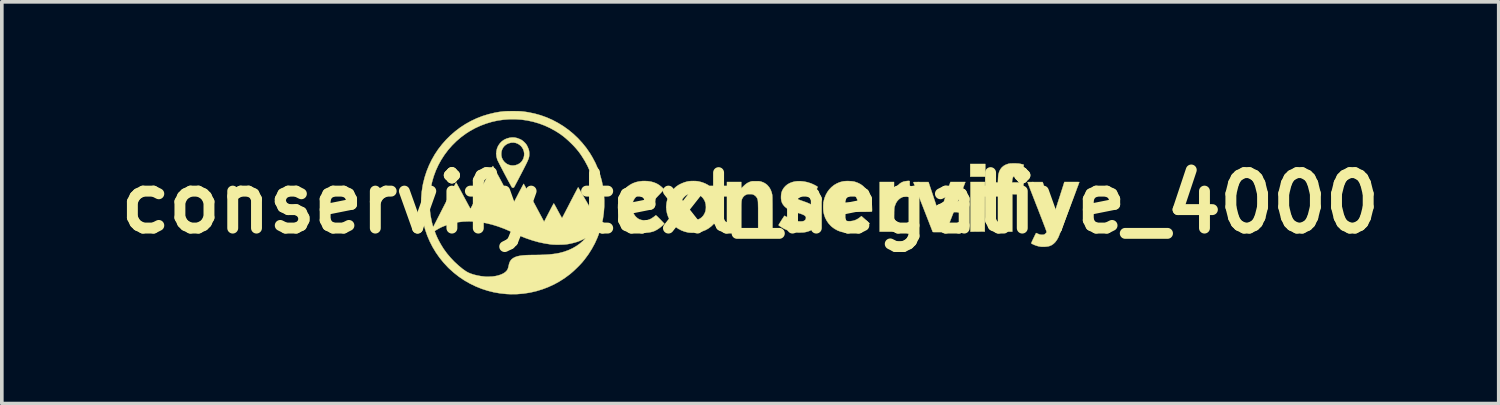
<source format=kicad_pcb>
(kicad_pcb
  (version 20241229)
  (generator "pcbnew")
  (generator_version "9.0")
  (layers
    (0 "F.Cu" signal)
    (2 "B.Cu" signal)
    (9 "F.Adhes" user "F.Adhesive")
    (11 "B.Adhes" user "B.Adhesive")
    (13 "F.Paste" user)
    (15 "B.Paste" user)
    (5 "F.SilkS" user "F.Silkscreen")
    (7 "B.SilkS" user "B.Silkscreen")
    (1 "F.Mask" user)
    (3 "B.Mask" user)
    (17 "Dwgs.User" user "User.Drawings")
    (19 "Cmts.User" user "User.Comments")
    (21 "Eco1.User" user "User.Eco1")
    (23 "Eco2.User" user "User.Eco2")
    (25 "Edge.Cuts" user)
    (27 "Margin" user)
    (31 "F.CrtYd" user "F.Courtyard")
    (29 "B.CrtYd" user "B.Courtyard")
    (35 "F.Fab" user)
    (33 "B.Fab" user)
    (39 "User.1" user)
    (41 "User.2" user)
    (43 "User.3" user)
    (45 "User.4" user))
  (footprint "conservify_text_negative_4000"
    (layer "F.Cu")
    (at 17.57 2.529)
    (property "Reference" "conservify_text_negative_4000" (at 0 0 0) (layer "F.SilkS") (effects (font (size 1.524 1.524) (thickness 0.3))))
    (attr through_hole)
    (fp_poly (pts (xy 6.458 -0.724) (xy 6.045 -0.724) (xy 6.045 -1.073) (xy 6.458 -1.073) (xy 6.458 -0.724)) (stroke (width 0.01) (type solid)) (fill yes) (layer "F.SilkS"))
    (fp_poly (pts (xy 6.447 0.103) (xy 6.445 0.784) (xy 6.248 0.786) (xy 6.052 0.788) (xy 6.052 -0.578) (xy 6.25 -0.578) (xy 6.448 -0.578) (xy 6.447 0.103)) (stroke (width 0.01) (type solid)) (fill yes) (layer "F.SilkS"))
    (fp_poly (pts (xy 4.365 -0.606) (xy 4.381 -0.602) (xy 4.381 -0.199) (xy 4.328 -0.194) (xy 4.252 -0.183) (xy 4.184 -0.163) (xy 4.125 -0.133) (xy 4.075 -0.093) (xy 4.032 -0.044) (xy 3.998 0.015) (xy 3.972 0.084) (xy 3.967 0.098) (xy 3.964 0.11) (xy 3.962 0.122) (xy 3.959 0.135) (xy 3.958 0.15) (xy 3.956 0.168) (xy 3.955 0.191) (xy 3.954 0.219) (xy 3.953 0.255) (xy 3.953 0.299) (xy 3.952 0.352) (xy 3.952 0.416) (xy 3.951 0.468) (xy 3.949 0.787) (xy 3.556 0.787) (xy 3.556 -0.578) (xy 3.95 -0.578) (xy 3.95 -0.452) (xy 3.95 -0.327) (xy 3.971 -0.366) (xy 4.008 -0.426) (xy 4.051 -0.479) (xy 4.097 -0.524) (xy 4.146 -0.559) (xy 4.196 -0.582) (xy 4.209 -0.587) (xy 4.236 -0.593) (xy 4.267 -0.599) (xy 4.299 -0.603) (xy 4.329 -0.606) (xy 4.352 -0.607) (xy 4.365 -0.606)) (stroke (width 0.01) (type solid)) (fill yes) (layer "F.SilkS"))
    (fp_poly (pts (xy 7.252 -1.088) (xy 7.301 -1.088) (xy 7.341 -1.086) (xy 7.375 -1.084) (xy 7.407 -1.079) (xy 7.439 -1.072) (xy 7.476 -1.063) (xy 7.485 -1.061) (xy 7.512 -1.054) (xy 7.512 -0.888) (xy 7.512 -0.838) (xy 7.512 -0.799) (xy 7.511 -0.77) (xy 7.511 -0.75) (xy 7.509 -0.737) (xy 7.508 -0.73) (xy 7.505 -0.727) (xy 7.502 -0.727) (xy 7.501 -0.727) (xy 7.468 -0.738) (xy 7.427 -0.747) (xy 7.385 -0.754) (xy 7.346 -0.757) (xy 7.3 -0.754) (xy 7.263 -0.744) (xy 7.235 -0.726) (xy 7.215 -0.699) (xy 7.203 -0.661) (xy 7.197 -0.617) (xy 7.193 -0.565) (xy 7.35 -0.564) (xy 7.506 -0.562) (xy 7.506 -0.244) (xy 7.201 -0.241) (xy 7.201 0.787) (xy 6.807 0.787) (xy 6.807 -0.241) (xy 6.648 -0.241) (xy 6.648 -0.565) (xy 6.805 -0.565) (xy 6.809 -0.659) (xy 6.811 -0.7) (xy 6.814 -0.74) (xy 6.818 -0.774) (xy 6.823 -0.8) (xy 6.844 -0.868) (xy 6.874 -0.927) (xy 6.913 -0.977) (xy 6.961 -1.018) (xy 7.019 -1.051) (xy 7.086 -1.075) (xy 7.086 -1.075) (xy 7.105 -1.08) (xy 7.125 -1.083) (xy 7.146 -1.086) (xy 7.173 -1.087) (xy 7.207 -1.088) (xy 7.251 -1.088) (xy 7.252 -1.088)) (stroke (width 0.01) (type solid)) (fill yes) (layer "F.SilkS"))
    (fp_poly (pts (xy 5.897 -0.541) (xy 5.893 -0.531) (xy 5.885 -0.509) (xy 5.872 -0.477) (xy 5.856 -0.435) (xy 5.837 -0.386) (xy 5.814 -0.328) (xy 5.789 -0.263) (xy 5.761 -0.192) (xy 5.732 -0.116) (xy 5.7 -0.036) (xy 5.667 0.049) (xy 5.633 0.136) (xy 5.629 0.146) (xy 5.375 0.797) (xy 5.196 0.799) (xy 5.143 0.799) (xy 5.102 0.799) (xy 5.07 0.799) (xy 5.047 0.799) (xy 5.032 0.798) (xy 5.022 0.796) (xy 5.016 0.794) (xy 5.013 0.791) (xy 5.012 0.789) (xy 5.009 0.782) (xy 5.002 0.763) (xy 4.991 0.735) (xy 4.976 0.697) (xy 4.958 0.65) (xy 4.936 0.595) (xy 4.912 0.532) (xy 4.885 0.463) (xy 4.856 0.389) (xy 4.825 0.309) (xy 4.792 0.225) (xy 4.758 0.138) (xy 4.746 0.106) (xy 4.711 0.018) (xy 4.678 -0.067) (xy 4.646 -0.148) (xy 4.617 -0.224) (xy 4.589 -0.295) (xy 4.565 -0.359) (xy 4.542 -0.417) (xy 4.523 -0.466) (xy 4.508 -0.507) (xy 4.495 -0.539) (xy 4.487 -0.56) (xy 4.483 -0.571) (xy 4.483 -0.572) (xy 4.489 -0.574) (xy 4.507 -0.575) (xy 4.536 -0.576) (xy 4.574 -0.576) (xy 4.62 -0.577) (xy 4.675 -0.576) (xy 4.691 -0.576) (xy 4.898 -0.575) (xy 5.047 -0.128) (xy 5.074 -0.047) (xy 5.099 0.028) (xy 5.122 0.095) (xy 5.143 0.154) (xy 5.16 0.205) (xy 5.175 0.247) (xy 5.187 0.278) (xy 5.195 0.3) (xy 5.2 0.31) (xy 5.201 0.31) (xy 5.203 0.303) (xy 5.21 0.285) (xy 5.22 0.256) (xy 5.233 0.219) (xy 5.248 0.173) (xy 5.266 0.12) (xy 5.286 0.061) (xy 5.308 -0.004) (xy 5.331 -0.073) (xy 5.353 -0.138) (xy 5.501 -0.578) (xy 5.911 -0.578) (xy 5.897 -0.541)) (stroke (width 0.01) (type solid)) (fill yes) (layer "F.SilkS"))
    (fp_poly (pts (xy 0.191 -0.6) (xy 0.222 -0.599) (xy 0.247 -0.598) (xy 0.266 -0.595) (xy 0.285 -0.591) (xy 0.304 -0.585) (xy 0.305 -0.585) (xy 0.362 -0.564) (xy 0.41 -0.537) (xy 0.455 -0.504) (xy 0.474 -0.486) (xy 0.521 -0.43) (xy 0.558 -0.367) (xy 0.586 -0.295) (xy 0.603 -0.221) (xy 0.604 -0.207) (xy 0.605 -0.18) (xy 0.607 -0.142) (xy 0.607 -0.092) (xy 0.608 -0.033) (xy 0.609 0.037) (xy 0.609 0.116) (xy 0.61 0.203) (xy 0.61 0.299) (xy 0.61 0.302) (xy 0.61 0.784) (xy 0.413 0.786) (xy 0.216 0.788) (xy 0.216 0.373) (xy 0.216 0.286) (xy 0.216 0.211) (xy 0.216 0.147) (xy 0.215 0.093) (xy 0.214 0.047) (xy 0.213 0.009) (xy 0.212 -0.022) (xy 0.21 -0.048) (xy 0.208 -0.068) (xy 0.205 -0.085) (xy 0.201 -0.1) (xy 0.197 -0.112) (xy 0.192 -0.124) (xy 0.186 -0.136) (xy 0.184 -0.14) (xy 0.159 -0.176) (xy 0.125 -0.207) (xy 0.089 -0.228) (xy 0.071 -0.236) (xy 0.055 -0.24) (xy 0.036 -0.243) (xy 0.01 -0.244) (xy -0.013 -0.244) (xy -0.045 -0.244) (xy -0.068 -0.243) (xy -0.086 -0.239) (xy -0.102 -0.233) (xy -0.115 -0.228) (xy -0.158 -0.203) (xy -0.19 -0.172) (xy -0.211 -0.141) (xy -0.218 -0.128) (xy -0.224 -0.116) (xy -0.229 -0.104) (xy -0.234 -0.09) (xy -0.237 -0.074) (xy -0.24 -0.055) (xy -0.243 -0.032) (xy -0.244 -0.004) (xy -0.246 0.031) (xy -0.247 0.072) (xy -0.247 0.122) (xy -0.247 0.181) (xy -0.248 0.251) (xy -0.248 0.331) (xy -0.248 0.376) (xy -0.248 0.787) (xy -0.641 0.787) (xy -0.641 -0.578) (xy -0.248 -0.578) (xy -0.248 -0.491) (xy -0.248 -0.403) (xy -0.185 -0.464) (xy -0.145 -0.501) (xy -0.109 -0.53) (xy -0.074 -0.552) (xy -0.036 -0.571) (xy -0.005 -0.583) (xy 0.013 -0.589) (xy 0.029 -0.594) (xy 0.045 -0.597) (xy 0.065 -0.599) (xy 0.09 -0.6) (xy 0.124 -0.6) (xy 0.149 -0.6) (xy 0.191 -0.6)) (stroke (width 0.01) (type solid)) (fill yes) (layer "F.SilkS"))
    (fp_poly (pts (xy -2.816 -0.6) (xy -2.729 -0.587) (xy -2.649 -0.565) (xy -2.575 -0.535) (xy -2.506 -0.494) (xy -2.441 -0.443) (xy -2.408 -0.412) (xy -2.367 -0.373) (xy -2.405 -0.334) (xy -2.421 -0.317) (xy -2.445 -0.292) (xy -2.472 -0.263) (xy -2.501 -0.232) (xy -2.527 -0.205) (xy -2.611 -0.115) (xy -2.655 -0.154) (xy -2.703 -0.195) (xy -2.75 -0.225) (xy -2.797 -0.246) (xy -2.846 -0.259) (xy -2.889 -0.264) (xy -2.953 -0.264) (xy -3.013 -0.251) (xy -3.068 -0.227) (xy -3.119 -0.191) (xy -3.145 -0.166) (xy -3.186 -0.114) (xy -3.217 -0.057) (xy -3.236 0.006) (xy -3.246 0.076) (xy -3.247 0.108) (xy -3.241 0.18) (xy -3.225 0.247) (xy -3.198 0.307) (xy -3.161 0.361) (xy -3.139 0.384) (xy -3.094 0.423) (xy -3.045 0.451) (xy -2.99 0.468) (xy -2.929 0.476) (xy -2.899 0.477) (xy -2.838 0.472) (xy -2.78 0.456) (xy -2.723 0.43) (xy -2.666 0.392) (xy -2.645 0.377) (xy -2.626 0.361) (xy -2.61 0.348) (xy -2.599 0.34) (xy -2.599 0.34) (xy -2.594 0.34) (xy -2.586 0.344) (xy -2.573 0.354) (xy -2.555 0.371) (xy -2.531 0.395) (xy -2.499 0.426) (xy -2.476 0.45) (xy -2.362 0.568) (xy -2.398 0.605) (xy -2.451 0.653) (xy -2.509 0.697) (xy -2.569 0.736) (xy -2.629 0.767) (xy -2.673 0.784) (xy -2.727 0.798) (xy -2.788 0.809) (xy -2.855 0.816) (xy -2.922 0.819) (xy -2.986 0.817) (xy -3.043 0.811) (xy -3.051 0.81) (xy -3.142 0.787) (xy -3.229 0.754) (xy -3.309 0.711) (xy -3.383 0.658) (xy -3.449 0.597) (xy -3.492 0.545) (xy -3.543 0.468) (xy -3.583 0.386) (xy -3.611 0.301) (xy -3.629 0.213) (xy -3.636 0.124) (xy -3.633 0.036) (xy -3.619 -0.052) (xy -3.595 -0.137) (xy -3.56 -0.219) (xy -3.516 -0.296) (xy -3.461 -0.367) (xy -3.397 -0.432) (xy -3.385 -0.442) (xy -3.311 -0.496) (xy -3.233 -0.539) (xy -3.149 -0.571) (xy -3.059 -0.592) (xy -2.963 -0.603) (xy -2.911 -0.604) (xy -2.816 -0.6)) (stroke (width 0.01) (type solid)) (fill yes) (layer "F.SilkS"))
    (fp_poly (pts (xy -1.509 -0.603) (xy -1.459 -0.599) (xy -1.424 -0.594) (xy -1.329 -0.57) (xy -1.24 -0.536) (xy -1.157 -0.492) (xy -1.082 -0.439) (xy -1.016 -0.378) (xy -0.958 -0.308) (xy -0.91 -0.231) (xy -0.872 -0.147) (xy -0.864 -0.124) (xy -0.842 -0.038) (xy -0.83 0.051) (xy -0.83 0.141) (xy -0.839 0.23) (xy -0.859 0.316) (xy -0.89 0.397) (xy -0.902 0.422) (xy -0.951 0.505) (xy -1.01 0.579) (xy -1.077 0.644) (xy -1.152 0.7) (xy -1.236 0.746) (xy -1.327 0.782) (xy -1.379 0.797) (xy -1.408 0.804) (xy -1.434 0.809) (xy -1.461 0.812) (xy -1.493 0.814) (xy -1.533 0.816) (xy -1.549 0.816) (xy -1.607 0.817) (xy -1.655 0.815) (xy -1.693 0.812) (xy -1.706 0.81) (xy -1.801 0.787) (xy -1.89 0.754) (xy -1.973 0.711) (xy -2.047 0.659) (xy -2.114 0.598) (xy -2.172 0.529) (xy -2.221 0.454) (xy -2.26 0.371) (xy -2.288 0.283) (xy -2.305 0.19) (xy -2.306 0.18) (xy -2.309 0.114) (xy -1.92 0.114) (xy -1.913 0.179) (xy -1.896 0.242) (xy -1.869 0.301) (xy -1.833 0.353) (xy -1.824 0.362) (xy -1.786 0.4) (xy -1.748 0.428) (xy -1.705 0.45) (xy -1.693 0.455) (xy -1.647 0.469) (xy -1.595 0.476) (xy -1.54 0.477) (xy -1.487 0.471) (xy -1.443 0.458) (xy -1.383 0.43) (xy -1.332 0.392) (xy -1.291 0.346) (xy -1.261 0.297) (xy -1.24 0.249) (xy -1.227 0.203) (xy -1.221 0.155) (xy -1.219 0.111) (xy -1.224 0.039) (xy -1.24 -0.026) (xy -1.266 -0.085) (xy -1.303 -0.138) (xy -1.325 -0.162) (xy -1.377 -0.205) (xy -1.434 -0.236) (xy -1.494 -0.257) (xy -1.558 -0.265) (xy -1.623 -0.262) (xy -1.688 -0.247) (xy -1.747 -0.222) (xy -1.774 -0.204) (xy -1.803 -0.178) (xy -1.833 -0.147) (xy -1.858 -0.115) (xy -1.877 -0.083) (xy -1.878 -0.082) (xy -1.902 -0.019) (xy -1.916 0.047) (xy -1.92 0.114) (xy -2.309 0.114) (xy -2.31 0.09) (xy -2.301 -0.001) (xy -2.281 -0.09) (xy -2.251 -0.176) (xy -2.21 -0.256) (xy -2.191 -0.286) (xy -2.164 -0.321) (xy -2.13 -0.36) (xy -2.093 -0.398) (xy -2.056 -0.433) (xy -2.026 -0.458) (xy -1.962 -0.5) (xy -1.89 -0.536) (xy -1.813 -0.567) (xy -1.734 -0.589) (xy -1.708 -0.595) (xy -1.667 -0.6) (xy -1.617 -0.603) (xy -1.563 -0.604) (xy -1.509 -0.603)) (stroke (width 0.01) (type solid)) (fill yes) (layer "F.SilkS"))
    (fp_poly (pts (xy -6.476 -1.799) (xy -6.407 -1.784) (xy -6.337 -1.757) (xy -6.319 -1.749) (xy -6.288 -1.733) (xy -6.263 -1.716) (xy -6.239 -1.697) (xy -6.212 -1.672) (xy -6.207 -1.667) (xy -6.181 -1.64) (xy -6.162 -1.617) (xy -6.146 -1.594) (xy -6.131 -1.567) (xy -6.122 -1.548) (xy -6.103 -1.505) (xy -6.089 -1.468) (xy -6.08 -1.433) (xy -6.076 -1.397) (xy -6.074 -1.354) (xy -6.074 -1.343) (xy -6.075 -1.322) (xy -6.076 -1.302) (xy -6.078 -1.282) (xy -6.082 -1.262) (xy -6.087 -1.24) (xy -6.095 -1.216) (xy -6.106 -1.189) (xy -6.119 -1.157) (xy -6.136 -1.12) (xy -6.157 -1.077) (xy -6.182 -1.027) (xy -6.212 -0.968) (xy -6.246 -0.901) (xy -6.287 -0.823) (xy -6.3 -0.797) (xy -6.333 -0.734) (xy -6.364 -0.675) (xy -6.393 -0.62) (xy -6.419 -0.57) (xy -6.443 -0.526) (xy -6.462 -0.489) (xy -6.478 -0.46) (xy -6.489 -0.44) (xy -6.494 -0.431) (xy -6.495 -0.43) (xy -6.51 -0.421) (xy -6.529 -0.42) (xy -6.546 -0.426) (xy -6.549 -0.428) (xy -6.555 -0.437) (xy -6.566 -0.455) (xy -6.581 -0.483) (xy -6.601 -0.519) (xy -6.624 -0.561) (xy -6.65 -0.608) (xy -6.678 -0.66) (xy -6.707 -0.715) (xy -6.737 -0.772) (xy -6.768 -0.83) (xy -6.798 -0.888) (xy -6.827 -0.944) (xy -6.855 -0.997) (xy -6.88 -1.046) (xy -6.903 -1.091) (xy -6.922 -1.129) (xy -6.938 -1.16) (xy -6.948 -1.183) (xy -6.954 -1.196) (xy -6.974 -1.272) (xy -6.982 -1.348) (xy -6.981 -1.359) (xy -6.844 -1.359) (xy -6.841 -1.3) (xy -6.828 -1.244) (xy -6.804 -1.192) (xy -6.773 -1.146) (xy -6.733 -1.106) (xy -6.688 -1.073) (xy -6.636 -1.049) (xy -6.581 -1.034) (xy -6.522 -1.03) (xy -6.46 -1.037) (xy -6.453 -1.038) (xy -6.392 -1.059) (xy -6.339 -1.089) (xy -6.294 -1.128) (xy -6.259 -1.176) (xy -6.232 -1.231) (xy -6.217 -1.293) (xy -6.216 -1.299) (xy -6.213 -1.36) (xy -6.222 -1.419) (xy -6.24 -1.473) (xy -6.268 -1.523) (xy -6.304 -1.567) (xy -6.347 -1.603) (xy -6.395 -1.632) (xy -6.449 -1.652) (xy -6.506 -1.661) (xy -6.565 -1.659) (xy -6.588 -1.655) (xy -6.652 -1.637) (xy -6.707 -1.608) (xy -6.754 -1.571) (xy -6.792 -1.525) (xy -6.82 -1.471) (xy -6.836 -1.421) (xy -6.844 -1.359) (xy -6.981 -1.359) (xy -6.977 -1.421) (xy -6.961 -1.493) (xy -6.933 -1.561) (xy -6.921 -1.582) (xy -6.879 -1.642) (xy -6.828 -1.694) (xy -6.769 -1.736) (xy -6.704 -1.767) (xy -6.69 -1.772) (xy -6.616 -1.793) (xy -6.545 -1.802) (xy -6.476 -1.799)) (stroke (width 0.01) (type solid)) (fill yes) (layer "F.SilkS"))
    (fp_poly (pts (xy 8.887 -0.578) (xy 8.932 -0.578) (xy 8.972 -0.577) (xy 9.004 -0.577) (xy 9.027 -0.576) (xy 9.04 -0.576) (xy 9.042 -0.575) (xy 9.04 -0.568) (xy 9.034 -0.55) (xy 9.023 -0.522) (xy 9.01 -0.484) (xy 8.992 -0.438) (xy 8.972 -0.384) (xy 8.95 -0.324) (xy 8.925 -0.258) (xy 8.898 -0.187) (xy 8.87 -0.112) (xy 8.84 -0.034) (xy 8.81 0.046) (xy 8.779 0.128) (xy 8.748 0.211) (xy 8.716 0.293) (xy 8.685 0.375) (xy 8.655 0.454) (xy 8.626 0.53) (xy 8.598 0.603) (xy 8.572 0.671) (xy 8.548 0.733) (xy 8.527 0.79) (xy 8.508 0.839) (xy 8.492 0.88) (xy 8.479 0.912) (xy 8.47 0.934) (xy 8.465 0.945) (xy 8.465 0.946) (xy 8.425 1.016) (xy 8.381 1.075) (xy 8.334 1.121) (xy 8.282 1.157) (xy 8.226 1.181) (xy 8.195 1.19) (xy 8.149 1.197) (xy 8.096 1.202) (xy 8.043 1.203) (xy 7.993 1.201) (xy 7.982 1.2) (xy 7.916 1.188) (xy 7.85 1.168) (xy 7.83 1.161) (xy 7.803 1.15) (xy 7.776 1.138) (xy 7.752 1.126) (xy 7.734 1.116) (xy 7.723 1.109) (xy 7.722 1.106) (xy 7.724 1.098) (xy 7.731 1.081) (xy 7.742 1.057) (xy 7.756 1.027) (xy 7.771 0.994) (xy 7.788 0.959) (xy 7.805 0.925) (xy 7.82 0.893) (xy 7.834 0.865) (xy 7.845 0.843) (xy 7.853 0.83) (xy 7.856 0.826) (xy 7.864 0.828) (xy 7.88 0.835) (xy 7.893 0.841) (xy 7.945 0.863) (xy 7.995 0.874) (xy 8.042 0.874) (xy 8.068 0.869) (xy 8.088 0.86) (xy 8.11 0.843) (xy 8.129 0.824) (xy 8.142 0.805) (xy 8.144 0.798) (xy 8.142 0.79) (xy 8.136 0.769) (xy 8.125 0.737) (xy 8.109 0.693) (xy 8.088 0.638) (xy 8.062 0.57) (xy 8.032 0.491) (xy 7.997 0.4) (xy 7.957 0.298) (xy 7.913 0.183) (xy 7.884 0.109) (xy 7.849 0.021) (xy 7.816 -0.065) (xy 7.784 -0.146) (xy 7.755 -0.222) (xy 7.727 -0.293) (xy 7.702 -0.357) (xy 7.68 -0.415) (xy 7.661 -0.465) (xy 7.645 -0.506) (xy 7.633 -0.538) (xy 7.624 -0.56) (xy 7.62 -0.571) (xy 7.62 -0.572) (xy 7.626 -0.574) (xy 7.644 -0.575) (xy 7.673 -0.576) (xy 7.711 -0.576) (xy 7.758 -0.577) (xy 7.812 -0.576) (xy 7.827 -0.576) (xy 8.035 -0.575) (xy 8.339 0.338) (xy 8.443 0.015) (xy 8.464 -0.052) (xy 8.486 -0.119) (xy 8.508 -0.186) (xy 8.528 -0.25) (xy 8.547 -0.309) (xy 8.564 -0.362) (xy 8.578 -0.406) (xy 8.589 -0.44) (xy 8.59 -0.443) (xy 8.632 -0.578) (xy 8.837 -0.578) (xy 8.887 -0.578)) (stroke (width 0.01) (type solid)) (fill yes) (layer "F.SilkS"))
    (fp_poly (pts (xy 2.736 -0.601) (xy 2.787 -0.598) (xy 2.833 -0.592) (xy 2.867 -0.585) (xy 2.95 -0.556) (xy 3.027 -0.518) (xy 3.096 -0.469) (xy 3.158 -0.41) (xy 3.212 -0.342) (xy 3.257 -0.265) (xy 3.294 -0.18) (xy 3.322 -0.086) (xy 3.328 -0.057) (xy 3.332 -0.033) (xy 3.336 -0.001) (xy 3.339 0.036) (xy 3.342 0.075) (xy 3.344 0.115) (xy 3.345 0.153) (xy 3.346 0.186) (xy 3.345 0.211) (xy 3.344 0.228) (xy 3.343 0.231) (xy 3.341 0.233) (xy 3.338 0.234) (xy 3.331 0.236) (xy 3.322 0.237) (xy 3.307 0.238) (xy 3.287 0.239) (xy 3.261 0.24) (xy 3.228 0.24) (xy 3.187 0.241) (xy 3.138 0.241) (xy 3.078 0.241) (xy 3.008 0.241) (xy 2.927 0.241) (xy 2.866 0.241) (xy 2.79 0.241) (xy 2.718 0.241) (xy 2.65 0.241) (xy 2.588 0.242) (xy 2.533 0.242) (xy 2.486 0.242) (xy 2.447 0.242) (xy 2.419 0.242) (xy 2.4 0.243) (xy 2.394 0.243) (xy 2.394 0.243) (xy 2.397 0.256) (xy 2.404 0.276) (xy 2.413 0.301) (xy 2.424 0.325) (xy 2.433 0.344) (xy 2.467 0.394) (xy 2.509 0.434) (xy 2.558 0.466) (xy 2.616 0.487) (xy 2.68 0.499) (xy 2.75 0.5) (xy 2.752 0.5) (xy 2.822 0.49) (xy 2.887 0.47) (xy 2.951 0.438) (xy 3.014 0.394) (xy 3.019 0.39) (xy 3.054 0.361) (xy 3.165 0.458) (xy 3.197 0.486) (xy 3.225 0.512) (xy 3.248 0.533) (xy 3.265 0.55) (xy 3.275 0.56) (xy 3.276 0.562) (xy 3.272 0.57) (xy 3.26 0.584) (xy 3.242 0.603) (xy 3.219 0.625) (xy 3.195 0.647) (xy 3.17 0.669) (xy 3.147 0.688) (xy 3.128 0.703) (xy 3.125 0.705) (xy 3.049 0.748) (xy 2.965 0.782) (xy 2.875 0.806) (xy 2.835 0.813) (xy 2.798 0.816) (xy 2.752 0.818) (xy 2.703 0.818) (xy 2.654 0.816) (xy 2.609 0.813) (xy 2.581 0.809) (xy 2.488 0.788) (xy 2.402 0.756) (xy 2.322 0.713) (xy 2.248 0.659) (xy 2.212 0.627) (xy 2.15 0.559) (xy 2.098 0.483) (xy 2.057 0.402) (xy 2.027 0.313) (xy 2.012 0.248) (xy 2.008 0.21) (xy 2.005 0.163) (xy 2.004 0.113) (xy 2.005 0.061) (xy 2.008 0.013) (xy 2.01 -0.006) (xy 2.389 -0.006) (xy 2.674 -0.006) (xy 2.742 -0.006) (xy 2.798 -0.006) (xy 2.843 -0.007) (xy 2.879 -0.007) (xy 2.907 -0.008) (xy 2.928 -0.009) (xy 2.942 -0.01) (xy 2.951 -0.011) (xy 2.956 -0.013) (xy 2.959 -0.015) (xy 2.959 -0.017) (xy 2.956 -0.036) (xy 2.95 -0.062) (xy 2.941 -0.091) (xy 2.93 -0.119) (xy 2.926 -0.128) (xy 2.896 -0.18) (xy 2.859 -0.222) (xy 2.816 -0.253) (xy 2.77 -0.274) (xy 2.747 -0.28) (xy 2.726 -0.284) (xy 2.702 -0.285) (xy 2.669 -0.285) (xy 2.664 -0.285) (xy 2.633 -0.283) (xy 2.61 -0.281) (xy 2.591 -0.276) (xy 2.572 -0.269) (xy 2.558 -0.262) (xy 2.512 -0.232) (xy 2.471 -0.192) (xy 2.437 -0.142) (xy 2.41 -0.083) (xy 2.392 -0.021) (xy 2.389 -0.006) (xy 2.01 -0.006) (xy 2.013 -0.028) (xy 2.015 -0.039) (xy 2.039 -0.133) (xy 2.074 -0.22) (xy 2.118 -0.3) (xy 2.171 -0.372) (xy 2.232 -0.436) (xy 2.301 -0.491) (xy 2.377 -0.536) (xy 2.459 -0.571) (xy 2.546 -0.594) (xy 2.584 -0.599) (xy 2.631 -0.602) (xy 2.683 -0.603) (xy 2.736 -0.601)) (stroke (width 0.01) (type solid)) (fill yes) (layer "F.SilkS"))
    (fp_poly (pts (xy 1.388 -0.599) (xy 1.476 -0.59) (xy 1.567 -0.571) (xy 1.66 -0.542) (xy 1.664 -0.54) (xy 1.69 -0.53) (xy 1.721 -0.516) (xy 1.753 -0.501) (xy 1.784 -0.485) (xy 1.811 -0.47) (xy 1.833 -0.457) (xy 1.847 -0.447) (xy 1.85 -0.444) (xy 1.849 -0.436) (xy 1.843 -0.419) (xy 1.831 -0.393) (xy 1.812 -0.357) (xy 1.787 -0.311) (xy 1.784 -0.305) (xy 1.764 -0.268) (xy 1.745 -0.235) (xy 1.73 -0.207) (xy 1.718 -0.186) (xy 1.712 -0.174) (xy 1.71 -0.172) (xy 1.704 -0.174) (xy 1.689 -0.18) (xy 1.666 -0.19) (xy 1.637 -0.203) (xy 1.621 -0.211) (xy 1.585 -0.228) (xy 1.549 -0.243) (xy 1.516 -0.257) (xy 1.49 -0.267) (xy 1.485 -0.269) (xy 1.428 -0.285) (xy 1.375 -0.293) (xy 1.327 -0.295) (xy 1.285 -0.29) (xy 1.251 -0.279) (xy 1.224 -0.262) (xy 1.207 -0.238) (xy 1.2 -0.21) (xy 1.2 -0.206) (xy 1.204 -0.181) (xy 1.216 -0.16) (xy 1.236 -0.143) (xy 1.267 -0.123) (xy 1.311 -0.102) (xy 1.367 -0.079) (xy 1.435 -0.055) (xy 1.454 -0.048) (xy 1.531 -0.021) (xy 1.596 0.005) (xy 1.651 0.031) (xy 1.698 0.056) (xy 1.737 0.081) (xy 1.75 0.091) (xy 1.798 0.135) (xy 1.836 0.182) (xy 1.862 0.234) (xy 1.879 0.291) (xy 1.886 0.356) (xy 1.886 0.378) (xy 1.88 0.454) (xy 1.864 0.524) (xy 1.838 0.588) (xy 1.801 0.643) (xy 1.754 0.692) (xy 1.697 0.733) (xy 1.63 0.766) (xy 1.554 0.791) (xy 1.496 0.803) (xy 1.467 0.807) (xy 1.429 0.81) (xy 1.386 0.811) (xy 1.342 0.812) (xy 1.301 0.811) (xy 1.267 0.81) (xy 1.254 0.808) (xy 1.179 0.795) (xy 1.1 0.775) (xy 1.023 0.749) (xy 0.955 0.72) (xy 0.93 0.708) (xy 0.902 0.692) (xy 0.872 0.674) (xy 0.842 0.656) (xy 0.816 0.639) (xy 0.795 0.624) (xy 0.781 0.613) (xy 0.778 0.609) (xy 0.78 0.603) (xy 0.788 0.587) (xy 0.801 0.565) (xy 0.818 0.538) (xy 0.837 0.507) (xy 0.857 0.475) (xy 0.877 0.443) (xy 0.897 0.414) (xy 0.914 0.388) (xy 0.928 0.368) (xy 0.937 0.355) (xy 0.94 0.352) (xy 0.947 0.354) (xy 0.962 0.362) (xy 0.984 0.374) (xy 1.007 0.388) (xy 1.082 0.431) (xy 1.159 0.465) (xy 1.234 0.49) (xy 1.234 0.49) (xy 1.262 0.497) (xy 1.29 0.501) (xy 1.322 0.504) (xy 1.361 0.505) (xy 1.368 0.505) (xy 1.403 0.505) (xy 1.428 0.504) (xy 1.446 0.502) (xy 1.46 0.498) (xy 1.472 0.493) (xy 1.478 0.49) (xy 1.507 0.469) (xy 1.524 0.442) (xy 1.53 0.409) (xy 1.53 0.408) (xy 1.527 0.386) (xy 1.516 0.365) (xy 1.497 0.347) (xy 1.468 0.329) (xy 1.428 0.311) (xy 1.378 0.293) (xy 1.368 0.29) (xy 1.308 0.271) (xy 1.257 0.254) (xy 1.217 0.241) (xy 1.184 0.23) (xy 1.158 0.221) (xy 1.137 0.214) (xy 1.119 0.207) (xy 1.105 0.201) (xy 1.091 0.195) (xy 1.088 0.194) (xy 1.019 0.156) (xy 0.961 0.111) (xy 0.932 0.083) (xy 0.897 0.038) (xy 0.871 -0.009) (xy 0.855 -0.06) (xy 0.846 -0.118) (xy 0.845 -0.165) (xy 0.848 -0.227) (xy 0.857 -0.282) (xy 0.874 -0.332) (xy 0.883 -0.352) (xy 0.92 -0.413) (xy 0.966 -0.465) (xy 1.02 -0.51) (xy 1.081 -0.545) (xy 1.15 -0.572) (xy 1.224 -0.591) (xy 1.304 -0.6) (xy 1.388 -0.599)) (stroke (width 0.01) (type solid)) (fill yes) (layer "F.SilkS"))
    (fp_poly (pts (xy -6.462 -2.524) (xy -6.406 -2.523) (xy -6.358 -2.522) (xy -6.315 -2.52) (xy -6.275 -2.517) (xy -6.235 -2.513) (xy -6.194 -2.507) (xy -6.147 -2.5) (xy -6.098 -2.492) (xy -5.927 -2.457) (xy -5.76 -2.41) (xy -5.598 -2.352) (xy -5.439 -2.282) (xy -5.286 -2.201) (xy -5.139 -2.111) (xy -4.998 -2.01) (xy -4.864 -1.9) (xy -4.738 -1.781) (xy -4.62 -1.653) (xy -4.51 -1.517) (xy -4.41 -1.373) (xy -4.343 -1.262) (xy -4.259 -1.104) (xy -4.188 -0.942) (xy -4.129 -0.777) (xy -4.082 -0.608) (xy -4.047 -0.435) (xy -4.024 -0.259) (xy -4.013 -0.078) (xy -4.014 0.096) (xy -4.027 0.271) (xy -4.052 0.444) (xy -4.089 0.615) (xy -4.138 0.782) (xy -4.199 0.946) (xy -4.271 1.106) (xy -4.355 1.26) (xy -4.449 1.409) (xy -4.554 1.551) (xy -4.623 1.635) (xy -4.661 1.676) (xy -4.705 1.723) (xy -4.754 1.772) (xy -4.806 1.822) (xy -4.857 1.87) (xy -4.905 1.912) (xy -4.947 1.948) (xy -4.95 1.951) (xy -5.093 2.057) (xy -5.243 2.154) (xy -5.398 2.239) (xy -5.558 2.312) (xy -5.709 2.369) (xy -5.881 2.422) (xy -6.055 2.462) (xy -6.231 2.489) (xy -6.408 2.504) (xy -6.585 2.506) (xy -6.696 2.501) (xy -6.873 2.483) (xy -7.048 2.453) (xy -7.219 2.41) (xy -7.386 2.356) (xy -7.549 2.29) (xy -7.707 2.213) (xy -7.859 2.126) (xy -8.006 2.027) (xy -8.145 1.918) (xy -8.278 1.799) (xy -8.309 1.768) (xy -8.43 1.638) (xy -8.541 1.501) (xy -8.641 1.358) (xy -8.731 1.209) (xy -8.81 1.054) (xy -8.878 0.895) (xy -8.92 0.772) (xy -8.672 0.772) (xy -8.671 0.781) (xy -8.665 0.8) (xy -8.655 0.826) (xy -8.643 0.858) (xy -8.627 0.895) (xy -8.611 0.933) (xy -8.593 0.972) (xy -8.575 1.008) (xy -8.553 1.051) (xy -8.526 1.099) (xy -8.498 1.148) (xy -8.469 1.196) (xy -8.443 1.238) (xy -8.424 1.267) (xy -8.337 1.386) (xy -8.24 1.501) (xy -8.136 1.611) (xy -8.026 1.713) (xy -7.913 1.807) (xy -7.819 1.874) (xy -7.758 1.909) (xy -7.686 1.94) (xy -7.604 1.967) (xy -7.512 1.99) (xy -7.411 2.009) (xy -7.309 2.021) (xy -7.276 2.024) (xy -7.234 2.024) (xy -7.187 2.024) (xy -7.141 2.023) (xy -7.098 2.021) (xy -7.077 2.019) (xy -6.993 2.007) (xy -6.916 1.988) (xy -6.846 1.964) (xy -6.785 1.935) (xy -6.735 1.901) (xy -6.702 1.87) (xy -6.678 1.838) (xy -6.66 1.8) (xy -6.647 1.755) (xy -6.642 1.731) (xy -6.628 1.671) (xy -6.61 1.62) (xy -6.586 1.579) (xy -6.555 1.544) (xy -6.519 1.517) (xy -6.486 1.498) (xy -6.448 1.481) (xy -6.406 1.467) (xy -6.358 1.456) (xy -6.303 1.446) (xy -6.24 1.439) (xy -6.169 1.434) (xy -6.087 1.431) (xy -5.994 1.429) (xy -5.937 1.429) (xy -5.788 1.427) (xy -5.651 1.422) (xy -5.526 1.414) (xy -5.413 1.402) (xy -5.312 1.387) (xy -5.245 1.374) (xy -5.12 1.341) (xy -5 1.298) (xy -4.887 1.246) (xy -4.782 1.185) (xy -4.685 1.117) (xy -4.598 1.041) (xy -4.548 0.989) (xy -4.525 0.964) (xy -4.591 0.997) (xy -4.625 1.013) (xy -4.662 1.03) (xy -4.697 1.045) (xy -4.714 1.052) (xy -4.76 1.068) (xy -4.815 1.084) (xy -4.875 1.1) (xy -4.936 1.114) (xy -4.995 1.126) (xy -5.045 1.134) (xy -5.09 1.139) (xy -5.144 1.142) (xy -5.204 1.144) (xy -5.267 1.145) (xy -5.33 1.145) (xy -5.39 1.144) (xy -5.442 1.141) (xy -5.477 1.138) (xy -5.645 1.112) (xy -5.816 1.076) (xy -5.987 1.028) (xy -6.158 0.97) (xy -6.237 0.939) (xy -6.263 0.929) (xy -6.288 0.918) (xy -6.313 0.908) (xy -6.339 0.896) (xy -6.368 0.884) (xy -6.401 0.869) (xy -6.44 0.851) (xy -6.486 0.83) (xy -6.541 0.804) (xy -6.599 0.777) (xy -6.768 0.704) (xy -6.935 0.643) (xy -7.1 0.592) (xy -7.264 0.553) (xy -7.425 0.526) (xy -7.583 0.509) (xy -7.738 0.504) (xy -7.89 0.51) (xy -8.038 0.528) (xy -8.182 0.557) (xy -8.321 0.598) (xy -8.455 0.65) (xy -8.464 0.654) (xy -8.495 0.668) (xy -8.529 0.685) (xy -8.563 0.703) (xy -8.595 0.722) (xy -8.625 0.739) (xy -8.649 0.754) (xy -8.665 0.765) (xy -8.672 0.772) (xy -8.92 0.772) (xy -8.934 0.731) (xy -8.98 0.564) (xy -9.013 0.394) (xy -9.035 0.222) (xy -9.046 0.049) (xy -9.044 -0.079) (xy -8.813 -0.079) (xy -8.813 -0.004) (xy -8.812 0.073) (xy -8.808 0.148) (xy -8.803 0.22) (xy -8.796 0.283) (xy -8.793 0.311) (xy -8.786 0.354) (xy -8.777 0.399) (xy -8.768 0.446) (xy -8.759 0.491) (xy -8.75 0.534) (xy -8.74 0.573) (xy -8.732 0.606) (xy -8.724 0.632) (xy -8.718 0.65) (xy -8.714 0.657) (xy -8.713 0.657) (xy -8.709 0.651) (xy -8.701 0.634) (xy -8.687 0.608) (xy -8.669 0.572) (xy -8.646 0.528) (xy -8.62 0.477) (xy -8.59 0.418) (xy -8.557 0.354) (xy -8.521 0.284) (xy -8.483 0.209) (xy -8.443 0.13) (xy -8.401 0.049) (xy -8.4 0.046) (xy -8.358 -0.036) (xy -8.318 -0.115) (xy -8.28 -0.19) (xy -8.244 -0.26) (xy -8.211 -0.324) (xy -8.18 -0.383) (xy -8.154 -0.434) (xy -8.131 -0.478) (xy -8.112 -0.514) (xy -8.098 -0.54) (xy -8.089 -0.557) (xy -8.085 -0.563) (xy -8.085 -0.563) (xy -8.082 -0.558) (xy -8.072 -0.543) (xy -8.058 -0.518) (xy -8.04 -0.484) (xy -8.017 -0.444) (xy -7.992 -0.396) (xy -7.963 -0.343) (xy -7.932 -0.286) (xy -7.899 -0.224) (xy -7.888 -0.203) (xy -7.854 -0.14) (xy -7.822 -0.081) (xy -7.793 -0.027) (xy -7.766 0.023) (xy -7.743 0.066) (xy -7.723 0.102) (xy -7.707 0.13) (xy -7.696 0.149) (xy -7.691 0.158) (xy -7.69 0.159) (xy -7.687 0.153) (xy -7.678 0.137) (xy -7.664 0.111) (xy -7.645 0.076) (xy -7.623 0.033) (xy -7.596 -0.018) (xy -7.566 -0.075) (xy -7.532 -0.139) (xy -7.496 -0.208) (xy -7.458 -0.282) (xy -7.418 -0.36) (xy -7.383 -0.427) (xy -7.341 -0.507) (xy -7.301 -0.585) (xy -7.263 -0.658) (xy -7.227 -0.726) (xy -7.194 -0.79) (xy -7.165 -0.847) (xy -7.139 -0.897) (xy -7.116 -0.939) (xy -7.098 -0.973) (xy -7.085 -0.998) (xy -7.077 -1.013) (xy -7.075 -1.017) (xy -7.071 -1.012) (xy -7.062 -0.997) (xy -7.048 -0.972) (xy -7.029 -0.938) (xy -7.006 -0.896) (xy -6.979 -0.847) (xy -6.949 -0.791) (xy -6.915 -0.729) (xy -6.879 -0.663) (xy -6.841 -0.592) (xy -6.801 -0.517) (xy -6.795 -0.504) (xy -6.754 -0.429) (xy -6.716 -0.358) (xy -6.68 -0.29) (xy -6.646 -0.227) (xy -6.615 -0.17) (xy -6.587 -0.119) (xy -6.564 -0.075) (xy -6.544 -0.039) (xy -6.529 -0.012) (xy -6.52 0.005) (xy -6.515 0.012) (xy -6.515 0.012) (xy -6.512 0.007) (xy -6.503 -0.009) (xy -6.49 -0.033) (xy -6.472 -0.066) (xy -6.451 -0.106) (xy -6.427 -0.152) (xy -6.401 -0.202) (xy -6.373 -0.256) (xy -6.373 -0.257) (xy -6.345 -0.311) (xy -6.318 -0.362) (xy -6.294 -0.407) (xy -6.273 -0.447) (xy -6.255 -0.48) (xy -6.242 -0.505) (xy -6.233 -0.521) (xy -6.229 -0.527) (xy -6.229 -0.527) (xy -6.225 -0.522) (xy -6.216 -0.506) (xy -6.202 -0.48) (xy -6.183 -0.446) (xy -6.16 -0.404) (xy -6.133 -0.354) (xy -6.103 -0.298) (xy -6.07 -0.236) (xy -6.034 -0.17) (xy -5.996 -0.099) (xy -5.959 -0.03) (xy -5.919 0.044) (xy -5.881 0.115) (xy -5.845 0.183) (xy -5.811 0.246) (xy -5.78 0.304) (xy -5.752 0.356) (xy -5.728 0.4) (xy -5.709 0.437) (xy -5.694 0.465) (xy -5.684 0.483) (xy -5.68 0.491) (xy -5.666 0.515) (xy -5.535 0.262) (xy -5.508 0.21) (xy -5.483 0.162) (xy -5.46 0.118) (xy -5.44 0.08) (xy -5.423 0.049) (xy -5.41 0.027) (xy -5.402 0.014) (xy -5.4 0.01) (xy -5.396 0.016) (xy -5.387 0.032) (xy -5.373 0.056) (xy -5.355 0.088) (xy -5.334 0.126) (xy -5.311 0.169) (xy -5.286 0.215) (xy -5.261 0.261) (xy -5.238 0.304) (xy -5.217 0.341) (xy -5.2 0.372) (xy -5.186 0.396) (xy -5.177 0.41) (xy -5.173 0.415) (xy -5.173 0.415) (xy -5.17 0.409) (xy -5.161 0.392) (xy -5.147 0.366) (xy -5.129 0.332) (xy -5.107 0.289) (xy -5.081 0.24) (xy -5.053 0.185) (xy -5.021 0.125) (xy -4.988 0.06) (xy -4.953 -0.008) (xy -4.952 -0.01) (xy -4.917 -0.078) (xy -4.883 -0.142) (xy -4.852 -0.203) (xy -4.823 -0.258) (xy -4.797 -0.307) (xy -4.775 -0.349) (xy -4.757 -0.383) (xy -4.743 -0.409) (xy -4.734 -0.426) (xy -4.731 -0.431) (xy -4.731 -0.431) (xy -4.727 -0.426) (xy -4.718 -0.411) (xy -4.703 -0.386) (xy -4.683 -0.353) (xy -4.66 -0.312) (xy -4.632 -0.265) (xy -4.601 -0.212) (xy -4.568 -0.154) (xy -4.532 -0.092) (xy -4.502 -0.041) (xy -4.465 0.023) (xy -4.43 0.084) (xy -4.397 0.141) (xy -4.367 0.192) (xy -4.34 0.238) (xy -4.316 0.276) (xy -4.298 0.307) (xy -4.284 0.329) (xy -4.275 0.342) (xy -4.273 0.345) (xy -4.269 0.334) (xy -4.264 0.312) (xy -4.26 0.282) (xy -4.256 0.243) (xy -4.253 0.198) (xy -4.25 0.149) (xy -4.248 0.098) (xy -4.246 0.045) (xy -4.246 -0.007) (xy -4.246 -0.013) (xy -4.247 -0.122) (xy -4.253 -0.223) (xy -4.262 -0.318) (xy -4.277 -0.412) (xy -4.296 -0.509) (xy -4.305 -0.549) (xy -4.35 -0.711) (xy -4.405 -0.866) (xy -4.472 -1.017) (xy -4.551 -1.163) (xy -4.63 -1.289) (xy -4.675 -1.355) (xy -4.719 -1.415) (xy -4.765 -1.471) (xy -4.814 -1.527) (xy -4.868 -1.585) (xy -4.915 -1.632) (xy -4.999 -1.713) (xy -5.08 -1.785) (xy -5.162 -1.85) (xy -5.247 -1.911) (xy -5.339 -1.969) (xy -5.353 -1.978) (xy -5.5 -2.059) (xy -5.652 -2.129) (xy -5.807 -2.187) (xy -5.965 -2.233) (xy -6.126 -2.268) (xy -6.288 -2.291) (xy -6.45 -2.302) (xy -6.613 -2.302) (xy -6.776 -2.29) (xy -6.938 -2.267) (xy -7.098 -2.232) (xy -7.255 -2.185) (xy -7.41 -2.127) (xy -7.561 -2.058) (xy -7.707 -1.977) (xy -7.811 -1.911) (xy -7.947 -1.811) (xy -8.075 -1.702) (xy -8.194 -1.584) (xy -8.304 -1.459) (xy -8.404 -1.326) (xy -8.494 -1.187) (xy -8.574 -1.041) (xy -8.643 -0.89) (xy -8.701 -0.734) (xy -8.747 -0.574) (xy -8.782 -0.409) (xy -8.805 -0.242) (xy -8.808 -0.211) (xy -8.812 -0.149) (xy -8.813 -0.079) (xy -9.044 -0.079) (xy -9.044 -0.126) (xy -9.03 -0.302) (xy -9.003 -0.477) (xy -8.992 -0.534) (xy -8.949 -0.705) (xy -8.895 -0.871) (xy -8.83 -1.032) (xy -8.755 -1.187) (xy -8.67 -1.336) (xy -8.575 -1.478) (xy -8.47 -1.613) (xy -8.357 -1.741) (xy -8.236 -1.861) (xy -8.107 -1.972) (xy -7.971 -2.075) (xy -7.828 -2.168) (xy -7.679 -2.251) (xy -7.523 -2.325) (xy -7.362 -2.388) (xy -7.196 -2.439) (xy -7.026 -2.48) (xy -6.96 -2.492) (xy -6.907 -2.501) (xy -6.862 -2.508) (xy -6.82 -2.513) (xy -6.78 -2.517) (xy -6.739 -2.52) (xy -6.695 -2.522) (xy -6.645 -2.523) (xy -6.587 -2.524) (xy -6.528 -2.524) (xy -6.462 -2.524)) (stroke (width 0.01) (type solid)) (fill yes) (layer "F.SilkS")))
  (gr_rect
    (start -3 -3)
    (end 38.139 8.04)
    (stroke (width 0.1) (type default))
    (fill no)
    (layer "Edge.Cuts")))
</source>
